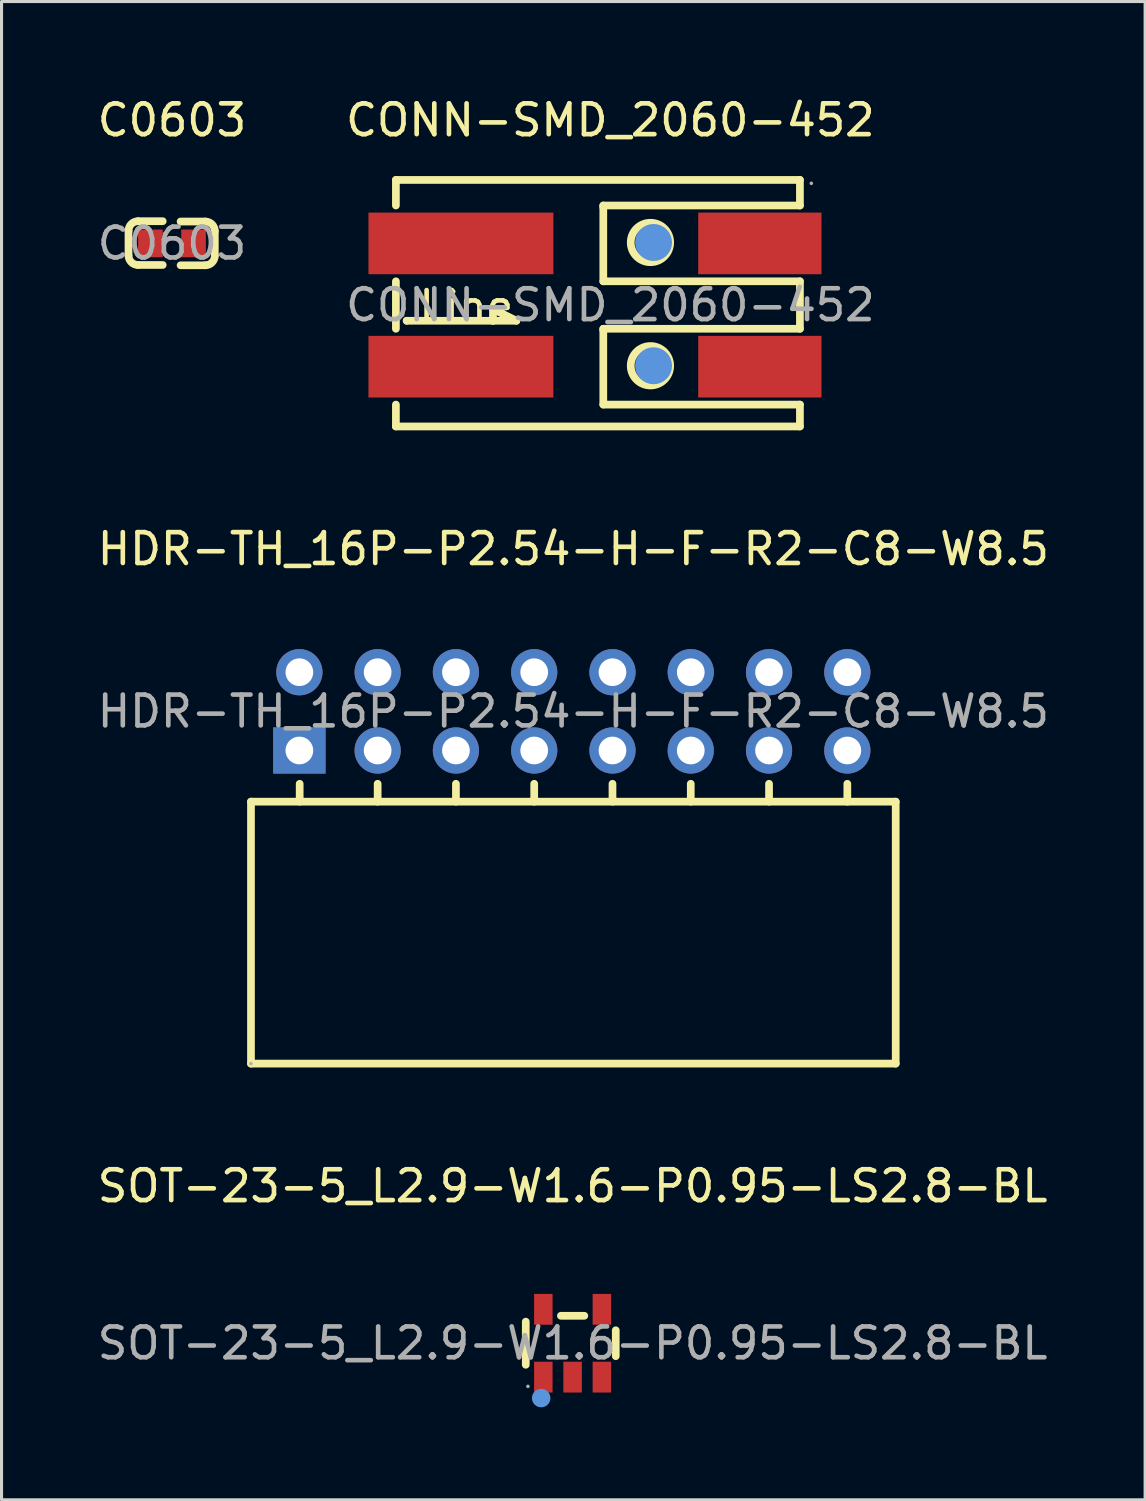
<source format=kicad_pcb>
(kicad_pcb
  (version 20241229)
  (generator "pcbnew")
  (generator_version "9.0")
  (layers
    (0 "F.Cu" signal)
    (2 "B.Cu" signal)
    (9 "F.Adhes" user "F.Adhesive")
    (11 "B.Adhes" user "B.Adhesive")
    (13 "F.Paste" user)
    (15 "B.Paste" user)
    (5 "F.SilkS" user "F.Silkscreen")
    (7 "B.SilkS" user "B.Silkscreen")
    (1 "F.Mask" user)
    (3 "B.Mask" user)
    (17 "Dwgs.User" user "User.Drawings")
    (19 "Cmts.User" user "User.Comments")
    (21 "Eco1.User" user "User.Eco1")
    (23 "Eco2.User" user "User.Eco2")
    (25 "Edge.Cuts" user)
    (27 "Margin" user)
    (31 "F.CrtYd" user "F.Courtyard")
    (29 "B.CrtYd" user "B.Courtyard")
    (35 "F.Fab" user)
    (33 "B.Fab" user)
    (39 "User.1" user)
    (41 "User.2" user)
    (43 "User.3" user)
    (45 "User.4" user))
  (footprint "SOT-23-5_L2.9-W1.6-P0.95-LS2.8-BL"
    (layer "F.Cu")
    (at 15.53 40.535)
    (property "Reference" "SOT-23-5_L2.9-W1.6-P0.95-LS2.8-BL" (at 0 -5.1 0) (layer "F.SilkS") (effects (font (size 1 1) (thickness 0.15))))
    (attr smd)
    (fp_line (start -1.52 -0.7) (end -1.52 0.7) (stroke (width 0.25) (type solid)) (layer "F.SilkS"))
    (fp_line (start -0.38 -0.89) (end 0.38 -0.89) (stroke (width 0.25) (type solid)) (layer "F.SilkS"))
    (fp_line (start 1.4 -0.42) (end 1.4 0.42) (stroke (width 0.25) (type solid)) (layer "F.SilkS"))
    (fp_circle (center -1.02 1.78) (end -0.87 1.78) (stroke (width 0.3) (type solid)) (fill no) (layer "Cmts.User"))
    (fp_circle (center -1.45 1.4) (end -1.42 1.4) (stroke (width 0.06) (type solid)) (fill no) (layer "F.Fab"))
    (fp_text user "${REFERENCE}" (at 0 0 0) (layer "F.Fab") (effects (font (size 1 1) (thickness 0.15))))
    (pad "1" smd rect (at -0.95 1.1) (size 0.6 1) (layers "F.Cu" "F.Mask" "F.Paste"))
    (pad "2" smd rect (at 0 1.1) (size 0.6 1) (layers "F.Cu" "F.Mask" "F.Paste"))
    (pad "3" smd rect (at 0.95 1.1) (size 0.6 1) (layers "F.Cu" "F.Mask" "F.Paste"))
    (pad "4" smd rect (at 0.95 -1.1) (size 0.6 1) (layers "F.Cu" "F.Mask" "F.Paste"))
    (pad "5" smd rect (at -0.95 -1.1) (size 0.6 1) (layers "F.Cu" "F.Mask" "F.Paste")))
  (footprint "CONN-SMD_2060-452"
    (layer "F.Cu")
    (at 16.756 6.848)
    (property "Reference" "CONN-SMD_2060-452" (at 0 -6 0) (layer "F.SilkS") (effects (font (size 1 1) (thickness 0.15))))
    (attr smd)
    (fp_line (start -6.96 -4.06) (end -6.96 -3.23) (stroke (width 0.25) (type solid)) (layer "F.SilkS"))
    (fp_line (start -6.96 -0.77) (end -6.96 0.77) (stroke (width 0.25) (type solid)) (layer "F.SilkS"))
    (fp_line (start -6.96 3.23) (end -6.96 3.94) (stroke (width 0.25) (type solid)) (layer "F.SilkS"))
    (fp_line (start -6.96 3.94) (end 6.15 3.94) (stroke (width 0.25) (type solid)) (layer "F.SilkS"))
    (fp_line (start -6.61 0.51) (end -6.61 0.51) (stroke (width 0.25) (type solid)) (layer "F.SilkS"))
    (fp_line (start -3.81 0.13) (end -3.05 0.51) (stroke (width 0.25) (type solid)) (layer "F.SilkS"))
    (fp_line (start -3.81 0.51) (end -6.61 0.51) (stroke (width 0.25) (type solid)) (layer "F.SilkS"))
    (fp_line (start -3.81 0.51) (end -3.81 0.13) (stroke (width 0.25) (type solid)) (layer "F.SilkS"))
    (fp_line (start -3.05 0.51) (end -3.81 0.51) (stroke (width 0.25) (type solid)) (layer "F.SilkS"))
    (fp_line (start -0.23 -3.18) (end -0.23 -3.23) (stroke (width 0.25) (type solid)) (layer "F.SilkS"))
    (fp_line (start -0.23 -0.77) (end -0.23 -3.18) (stroke (width 0.25) (type solid)) (layer "F.SilkS"))
    (fp_line (start -0.23 0.82) (end -0.23 0.77) (stroke (width 0.25) (type solid)) (layer "F.SilkS"))
    (fp_line (start -0.23 3.23) (end -0.23 0.82) (stroke (width 0.25) (type solid)) (layer "F.SilkS"))
    (fp_line (start 6.15 -4.06) (end -6.96 -4.06) (stroke (width 0.25) (type solid)) (layer "F.SilkS"))
    (fp_line (start 6.15 -4.06) (end 6.15 -3.23) (stroke (width 0.25) (type solid)) (layer "F.SilkS"))
    (fp_line (start 6.15 -3.23) (end -0.23 -3.23) (stroke (width 0.25) (type solid)) (layer "F.SilkS"))
    (fp_line (start 6.15 -0.77) (end -0.23 -0.77) (stroke (width 0.25) (type solid)) (layer "F.SilkS"))
    (fp_line (start 6.15 -0.77) (end 6.15 0.77) (stroke (width 0.25) (type solid)) (layer "F.SilkS"))
    (fp_line (start 6.15 0.77) (end -0.23 0.77) (stroke (width 0.25) (type solid)) (layer "F.SilkS"))
    (fp_line (start 6.15 3.23) (end -0.23 3.23) (stroke (width 0.25) (type solid)) (layer "F.SilkS"))
    (fp_line (start 6.15 3.23) (end 6.15 3.94) (stroke (width 0.25) (type solid)) (layer "F.SilkS"))
    (fp_circle (center 1.3 -2.03) (end 1.94 -2.03) (stroke (width 0.25) (type solid)) (fill no) (layer "F.SilkS"))
    (fp_circle (center 1.3 1.97) (end 1.94 1.97) (stroke (width 0.25) (type solid)) (fill no) (layer "F.SilkS"))
    (fp_circle (center 1.4 -2.03) (end 1.7 -2.03) (stroke (width 0.6) (type solid)) (fill no) (layer "Cmts.User"))
    (fp_circle (center 1.4 1.97) (end 1.7 1.97) (stroke (width 0.6) (type solid)) (fill no) (layer "Cmts.User"))
    (fp_circle (center 6.52 -3.95) (end 6.55 -3.95) (stroke (width 0.06) (type solid)) (fill no) (layer "F.Fab"))
    (fp_text user "Line" (at -6.3 0.06 0) (layer "F.SilkS") (effects (font (size 1 1) (thickness 0.15)) (justify left)))
    (fp_text user "${REFERENCE}" (at 0 0 0) (layer "F.Fab") (effects (font (size 1 1) (thickness 0.15))))
    (pad "1" smd rect (at -4.85 -2 90) (size 2 6) (layers "F.Cu" "F.Mask" "F.Paste"))
    (pad "1" smd rect (at 4.85 -2) (size 4 2) (layers "F.Cu" "F.Mask" "F.Paste"))
    (pad "2" smd rect (at -4.85 2 90) (size 2 6) (layers "F.Cu" "F.Mask" "F.Paste"))
    (pad "2" smd rect (at 4.85 2) (size 4 2) (layers "F.Cu" "F.Mask" "F.Paste")))
  (footprint "HDR-TH_16P-P2.54-H-F-R2-C8-W8.5"
    (layer "F.Cu")
    (at 15.554 20.032)
    (property "Reference" "HDR-TH_16P-P2.54-H-F-R2-C8-W8.5" (at 0 -5.27 0) (layer "F.SilkS") (effects (font (size 1 1) (thickness 0.15))))
    (attr through_hole)
    (fp_line (start -10.46 2.93) (end 10.46 2.93) (stroke (width 0.25) (type solid)) (layer "F.SilkS"))
    (fp_line (start -10.46 11.43) (end -10.46 2.93) (stroke (width 0.25) (type solid)) (layer "F.SilkS"))
    (fp_line (start -10.46 11.43) (end 10.46 11.43) (stroke (width 0.25) (type solid)) (layer "F.SilkS"))
    (fp_line (start -8.88 2.93) (end -8.88 2.35) (stroke (width 0.25) (type solid)) (layer "F.SilkS"))
    (fp_line (start -6.35 2.35) (end -6.35 2.93) (stroke (width 0.25) (type solid)) (layer "F.SilkS"))
    (fp_line (start -3.81 2.35) (end -3.81 2.93) (stroke (width 0.25) (type solid)) (layer "F.SilkS"))
    (fp_line (start -1.27 2.35) (end -1.27 2.93) (stroke (width 0.25) (type solid)) (layer "F.SilkS"))
    (fp_line (start 1.27 2.35) (end 1.27 2.93) (stroke (width 0.25) (type solid)) (layer "F.SilkS"))
    (fp_line (start 3.81 2.35) (end 3.81 2.93) (stroke (width 0.25) (type solid)) (layer "F.SilkS"))
    (fp_line (start 6.35 2.35) (end 6.35 2.93) (stroke (width 0.25) (type solid)) (layer "F.SilkS"))
    (fp_line (start 8.89 2.35) (end 8.89 2.93) (stroke (width 0.25) (type solid)) (layer "F.SilkS"))
    (fp_line (start 10.46 2.93) (end 10.46 11.43) (stroke (width 0.25) (type solid)) (layer "F.SilkS"))
    (fp_circle (center -10.46 11.43) (end -10.43 11.43) (stroke (width 0.06) (type solid)) (fill no) (layer "F.Fab"))
    (fp_text user "${REFERENCE}" (at 0 0 0) (layer "F.Fab") (effects (font (size 1 1) (thickness 0.15))))
    (pad "1" thru_hole rect (at -8.89 1.27) (size 1.7 1.5) (drill 0.9) (layers "*.Cu" "*.Mask"))
    (pad "2" thru_hole circle (at -8.89 -1.27) (size 1.5 1.5) (drill 0.9) (layers "*.Cu" "*.Mask"))
    (pad "3" thru_hole circle (at -6.35 1.27) (size 1.5 1.5) (drill 0.9) (layers "*.Cu" "*.Mask"))
    (pad "4" thru_hole circle (at -6.35 -1.27) (size 1.5 1.5) (drill 0.9) (layers "*.Cu" "*.Mask"))
    (pad "5" thru_hole circle (at -3.81 1.27) (size 1.5 1.5) (drill 0.9) (layers "*.Cu" "*.Mask"))
    (pad "6" thru_hole circle (at -3.81 -1.27) (size 1.5 1.5) (drill 0.9) (layers "*.Cu" "*.Mask"))
    (pad "7" thru_hole circle (at -1.27 1.27) (size 1.5 1.5) (drill 0.9) (layers "*.Cu" "*.Mask"))
    (pad "8" thru_hole circle (at -1.27 -1.27) (size 1.5 1.5) (drill 0.9) (layers "*.Cu" "*.Mask"))
    (pad "9" thru_hole circle (at 1.27 1.27) (size 1.5 1.5) (drill 0.9) (layers "*.Cu" "*.Mask"))
    (pad "10" thru_hole circle (at 1.27 -1.27) (size 1.5 1.5) (drill 0.9) (layers "*.Cu" "*.Mask"))
    (pad "11" thru_hole circle (at 3.81 1.27) (size 1.5 1.5) (drill 0.9) (layers "*.Cu" "*.Mask"))
    (pad "12" thru_hole circle (at 3.81 -1.27) (size 1.5 1.5) (drill 0.9) (layers "*.Cu" "*.Mask"))
    (pad "13" thru_hole circle (at 6.35 1.27) (size 1.5 1.5) (drill 0.9) (layers "*.Cu" "*.Mask"))
    (pad "14" thru_hole circle (at 6.35 -1.27) (size 1.5 1.5) (drill 0.9) (layers "*.Cu" "*.Mask"))
    (pad "15" thru_hole circle (at 8.89 1.27) (size 1.5 1.5) (drill 0.9) (layers "*.Cu" "*.Mask"))
    (pad "16" thru_hole circle (at 8.89 -1.27) (size 1.5 1.5) (drill 0.9) (layers "*.Cu" "*.Mask")))
  (footprint "C0603"
    (layer "F.Cu")
    (at 2.53 4.848)
    (property "Reference" "C0603" (at 0 -4 0) (layer "F.SilkS") (effects (font (size 1 1) (thickness 0.15))))
    (attr smd)
    (fp_line (start -1.41 -0.41) (end -1.41 0.39) (stroke (width 0.25) (type solid)) (layer "F.SilkS"))
    (fp_line (start -0.3 -0.72) (end -1.1 -0.72) (stroke (width 0.25) (type solid)) (layer "F.SilkS"))
    (fp_line (start -0.3 0.7) (end -1.1 0.7) (stroke (width 0.25) (type solid)) (layer "F.SilkS"))
    (fp_line (start 0.28 -0.71) (end 1.08 -0.71) (stroke (width 0.25) (type solid)) (layer "F.SilkS"))
    (fp_line (start 0.28 0.71) (end 1.08 0.71) (stroke (width 0.25) (type solid)) (layer "F.SilkS"))
    (fp_line (start 1.39 -0.4) (end 1.39 0.4) (stroke (width 0.25) (type solid)) (layer "F.SilkS"))
    (fp_arc (start -1.41 -0.41) (mid -1.319203 -0.629203) (end -1.1 -0.72) (stroke (width 0.25) (type solid)) (layer "F.SilkS"))
    (fp_arc (start -1.1 0.7) (mid -1.319203 0.609203) (end -1.41 0.39) (stroke (width 0.25) (type solid)) (layer "F.SilkS"))
    (fp_arc (start 1.08 -0.71) (mid 1.299203 -0.619203) (end 1.39 -0.4) (stroke (width 0.25) (type solid)) (layer "F.SilkS"))
    (fp_arc (start 1.39 0.4) (mid 1.299203 0.619203) (end 1.08 0.71) (stroke (width 0.25) (type solid)) (layer "F.SilkS"))
    (fp_circle (center -0.8 0.4) (end -0.77 0.4) (stroke (width 0.06) (type solid)) (fill no) (layer "F.Fab"))
    (fp_text user "${REFERENCE}" (at 0 0 0) (layer "F.Fab") (effects (font (size 1 1) (thickness 0.15))))
    (pad "1" smd rect (at -0.7 0) (size 0.8 0.9) (layers "F.Cu" "F.Mask" "F.Paste"))
    (pad "2" smd rect (at 0.7 0) (size 0.8 0.9) (layers "F.Cu" "F.Mask" "F.Paste")))
  (gr_rect
    (start -3 -3)
    (end 34.107 45.615)
    (stroke (width 0.1) (type default))
    (fill no)
    (layer "Edge.Cuts")))
</source>
